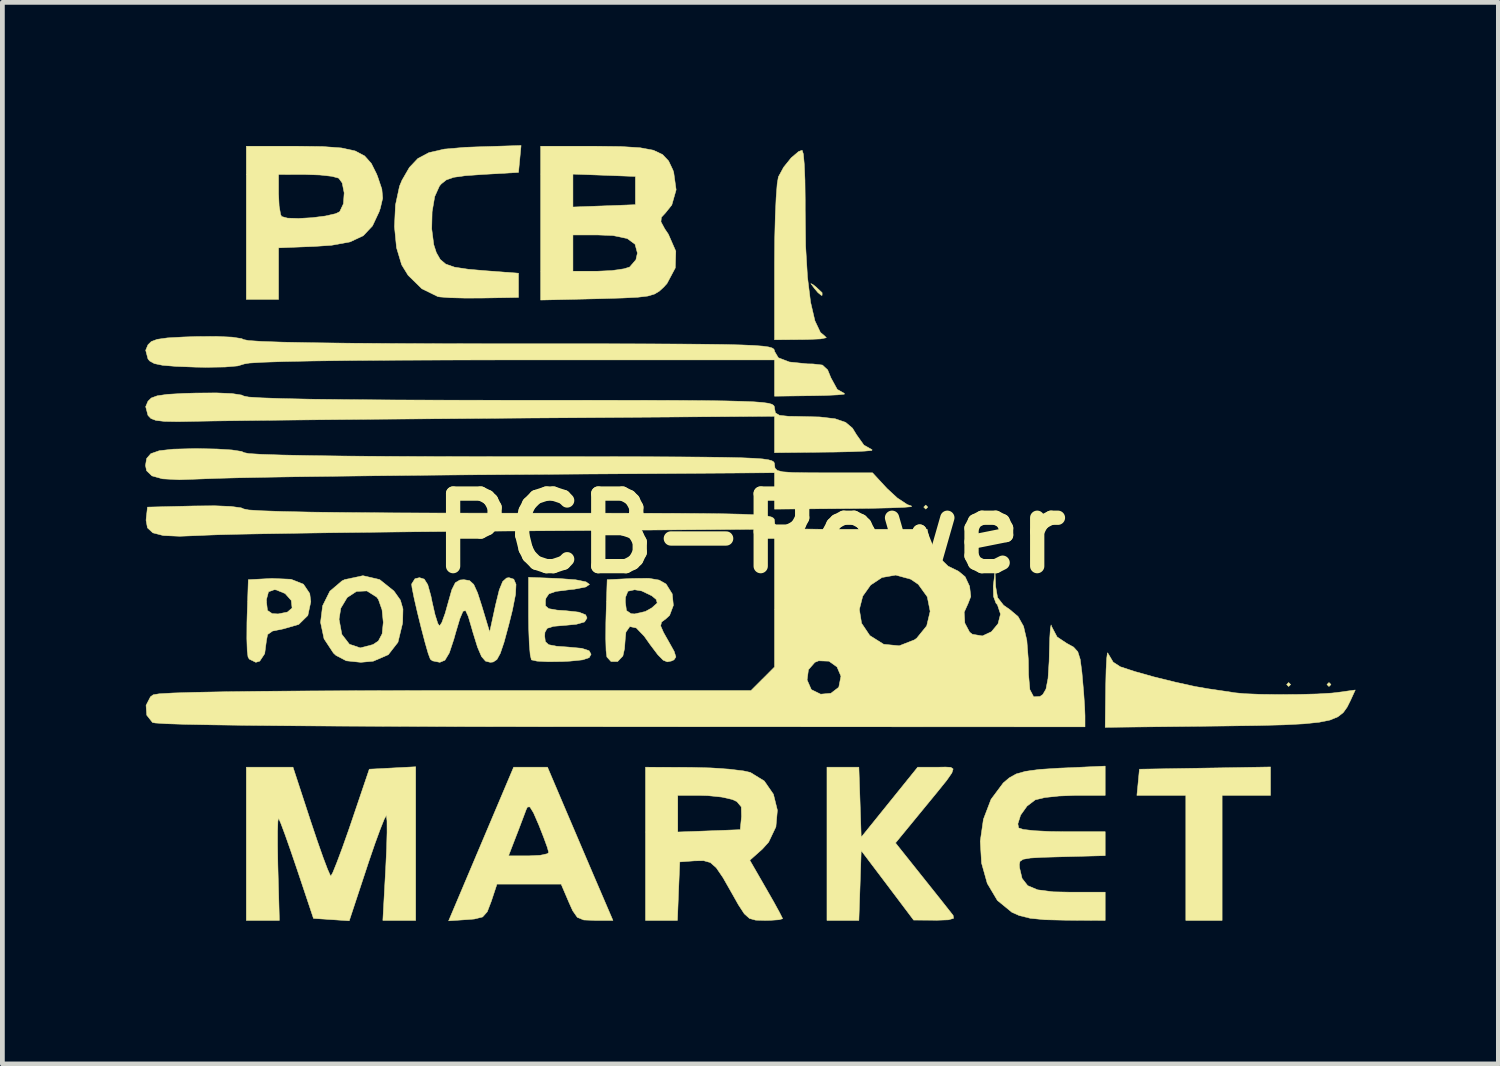
<source format=kicad_pcb>
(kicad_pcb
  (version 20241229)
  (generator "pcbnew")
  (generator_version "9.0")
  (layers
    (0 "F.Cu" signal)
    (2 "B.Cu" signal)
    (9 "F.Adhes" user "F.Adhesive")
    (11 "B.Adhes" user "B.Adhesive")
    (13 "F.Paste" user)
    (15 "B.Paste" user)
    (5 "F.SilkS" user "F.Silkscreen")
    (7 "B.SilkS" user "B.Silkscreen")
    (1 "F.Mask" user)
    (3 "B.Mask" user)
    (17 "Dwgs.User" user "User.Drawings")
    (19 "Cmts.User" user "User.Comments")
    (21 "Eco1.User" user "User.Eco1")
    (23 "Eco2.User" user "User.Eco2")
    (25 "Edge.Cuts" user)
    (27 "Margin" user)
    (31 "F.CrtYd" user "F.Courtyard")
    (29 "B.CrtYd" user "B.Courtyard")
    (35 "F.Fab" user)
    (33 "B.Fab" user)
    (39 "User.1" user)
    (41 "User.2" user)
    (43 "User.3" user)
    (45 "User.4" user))
  (footprint "PCB-Power"
    (layer "F.Cu")
    (at 12.705 8.148)
    (property "Reference" "PCB-Power" (at 0 0 0) (layer "F.SilkS") (effects (font (size 1.524 1.524) (thickness 0.3))))
    (attr through_hole)
    (fp_poly (pts (xy 3.725 -0.55) (xy 3.683 -0.508) (xy 3.641 -0.55) (xy 3.683 -0.593) (xy 3.725 -0.55)) (stroke (width 0.01) (type solid)) (fill yes) (layer "F.SilkS"))
    (fp_poly (pts (xy 11.345 3.175) (xy 11.303 3.217) (xy 11.261 3.175) (xy 11.303 3.133) (xy 11.345 3.175)) (stroke (width 0.01) (type solid)) (fill yes) (layer "F.SilkS"))
    (fp_poly (pts (xy 12.192 3.175) (xy 12.15 3.217) (xy 12.107 3.175) (xy 12.15 3.133) (xy 12.192 3.175)) (stroke (width 0.01) (type solid)) (fill yes) (layer "F.SilkS"))
    (fp_poly (pts (xy 1.314 -5.223) (xy 1.376 -5.175) (xy 1.507 -5.052) (xy 1.507 -4.997) (xy 1.492 -4.995) (xy 1.421 -5.053) (xy 1.344 -5.144) (xy 1.271 -5.244) (xy 1.314 -5.223)) (stroke (width 0.01) (type solid)) (fill yes) (layer "F.SilkS"))
    (fp_poly (pts (xy 10.922 5.503) (xy 9.906 5.503) (xy 9.906 8.128) (xy 9.144 8.128) (xy 9.144 5.503) (xy 8.117 5.503) (xy 8.144 5.228) (xy 8.17 4.953) (xy 9.546 4.93) (xy 10.922 4.906) (xy 10.922 5.503)) (stroke (width 0.01) (type solid)) (fill yes) (layer "F.SilkS"))
    (fp_poly (pts (xy 1.113 -7.964) (xy 1.133 -7.744) (xy 1.147 -7.414) (xy 1.152 -7.004) (xy 1.152 -6.795) (xy 1.161 -6.031) (xy 1.2 -5.379) (xy 1.265 -4.852) (xy 1.356 -4.462) (xy 1.471 -4.219) (xy 1.558 -4.146) (xy 1.596 -4.107) (xy 1.476 -4.082) (xy 1.194 -4.07) (xy 1.122 -4.069) (xy 0.508 -4.064) (xy 0.508 -5.667) (xy 0.512 -6.185) (xy 0.524 -6.657) (xy 0.542 -7.052) (xy 0.564 -7.338) (xy 0.589 -7.484) (xy 0.7 -7.688) (xy 0.857 -7.883) (xy 1.013 -8.016) (xy 1.088 -8.043) (xy 1.113 -7.964)) (stroke (width 0.01) (type solid)) (fill yes) (layer "F.SilkS"))
    (fp_poly (pts (xy 4.21 4.914) (xy 4.258 4.948) (xy 4.232 5.031) (xy 4.126 5.184) (xy 3.932 5.425) (xy 3.643 5.777) (xy 3.579 5.855) (xy 3.048 6.502) (xy 3.612 7.209) (xy 3.853 7.511) (xy 4.059 7.77) (xy 4.204 7.954) (xy 4.258 8.022) (xy 4.268 8.084) (xy 4.16 8.116) (xy 3.91 8.125) (xy 3.884 8.124) (xy 3.429 8.121) (xy 2.879 7.391) (xy 2.328 6.662) (xy 2.304 7.395) (xy 2.279 8.128) (xy 1.609 8.128) (xy 1.609 4.911) (xy 2.279 4.911) (xy 2.304 5.646) (xy 2.328 6.381) (xy 2.921 5.646) (xy 3.514 4.911) (xy 3.926 4.911) (xy 4.097 4.908) (xy 4.21 4.914)) (stroke (width 0.01) (type solid)) (fill yes) (layer "F.SilkS"))
    (fp_poly (pts (xy 7.511 2.523) (xy 7.619 2.705) (xy 7.768 2.802) (xy 8.073 2.902) (xy 8.479 3.016) (xy 8.922 3.125) (xy 9.335 3.216) (xy 9.61 3.264) (xy 9.884 3.304) (xy 10.103 3.337) (xy 10.169 3.348) (xy 10.38 3.368) (xy 10.709 3.381) (xy 11.107 3.386) (xy 11.523 3.383) (xy 11.906 3.373) (xy 12.206 3.355) (xy 12.299 3.345) (xy 12.702 3.29) (xy 12.603 3.507) (xy 12.531 3.651) (xy 12.449 3.765) (xy 12.336 3.853) (xy 12.174 3.92) (xy 11.944 3.967) (xy 11.625 4) (xy 11.2 4.022) (xy 10.649 4.036) (xy 9.952 4.046) (xy 9.758 4.048) (xy 7.451 4.074) (xy 7.462 3.201) (xy 7.47 2.865) (xy 7.483 2.625) (xy 7.498 2.509) (xy 7.511 2.523)) (stroke (width 0.01) (type solid)) (fill yes) (layer "F.SilkS"))
    (fp_poly (pts (xy -9.645 0.965) (xy -9.383 1.069) (xy -9.251 1.265) (xy -9.229 1.436) (xy -9.291 1.725) (xy -9.482 1.913) (xy -9.803 2.006) (xy -10.032 2.052) (xy -10.136 2.125) (xy -10.16 2.248) (xy -10.197 2.527) (xy -10.301 2.684) (xy -10.383 2.709) (xy -10.52 2.642) (xy -10.547 2.597) (xy -10.564 2.465) (xy -10.572 2.211) (xy -10.57 1.879) (xy -10.566 1.729) (xy -10.556 1.439) (xy -10.16 1.439) (xy -10.139 1.619) (xy -10.04 1.686) (xy -9.915 1.693) (xy -9.72 1.654) (xy -9.622 1.569) (xy -9.639 1.41) (xy -9.768 1.265) (xy -9.956 1.188) (xy -9.997 1.185) (xy -10.117 1.228) (xy -10.159 1.384) (xy -10.16 1.439) (xy -10.556 1.439) (xy -10.541 0.974) (xy -10.045 0.948) (xy -9.645 0.965)) (stroke (width 0.01) (type solid)) (fill yes) (layer "F.SilkS"))
    (fp_poly (pts (xy -7.783 0.972) (xy -7.483 1.212) (xy -7.482 1.214) (xy -7.348 1.402) (xy -7.294 1.589) (xy -7.3 1.853) (xy -7.304 1.896) (xy -7.399 2.288) (xy -7.602 2.549) (xy -7.917 2.685) (xy -8.179 2.709) (xy -8.484 2.677) (xy -8.7 2.564) (xy -8.754 2.514) (xy -8.951 2.215) (xy -9.024 1.87) (xy -9.016 1.804) (xy -8.636 1.804) (xy -8.577 2.123) (xy -8.418 2.329) (xy -8.19 2.406) (xy -7.923 2.336) (xy -7.811 2.262) (xy -7.731 2.111) (xy -7.707 1.87) (xy -7.733 1.606) (xy -7.809 1.39) (xy -7.845 1.34) (xy -8.051 1.21) (xy -8.27 1.22) (xy -8.465 1.348) (xy -8.599 1.572) (xy -8.636 1.804) (xy -9.016 1.804) (xy -8.981 1.522) (xy -8.829 1.216) (xy -8.574 0.999) (xy -8.517 0.972) (xy -8.134 0.89) (xy -7.783 0.972)) (stroke (width 0.01) (type solid)) (fill yes) (layer "F.SilkS"))
    (fp_poly (pts (xy -3.872 5.821) (xy -3.678 6.275) (xy -3.471 6.761) (xy -3.281 7.206) (xy -3.185 7.429) (xy -2.885 8.128) (xy -3.266 8.128) (xy -3.498 8.119) (xy -3.633 8.064) (xy -3.731 7.923) (xy -3.81 7.747) (xy -3.973 7.366) (xy -5.32 7.366) (xy -5.439 7.726) (xy -5.524 7.947) (xy -5.622 8.056) (xy -5.796 8.099) (xy -5.947 8.111) (xy -6.335 8.137) (xy -5.758 6.773) (xy -5.078 6.773) (xy -4.655 6.773) (xy -4.414 6.761) (xy -4.262 6.728) (xy -4.233 6.703) (xy -4.263 6.593) (xy -4.342 6.377) (xy -4.438 6.132) (xy -4.553 5.868) (xy -4.628 5.746) (xy -4.679 5.746) (xy -4.706 5.8) (xy -4.773 5.978) (xy -4.871 6.237) (xy -4.923 6.371) (xy -5.078 6.773) (xy -5.758 6.773) (xy -4.97 4.911) (xy -4.259 4.911) (xy -3.872 5.821)) (stroke (width 0.01) (type solid)) (fill yes) (layer "F.SilkS"))
    (fp_poly (pts (xy -4.841 -7.86) (xy -4.868 -7.578) (xy -5.617 -7.535) (xy -5.987 -7.509) (xy -6.229 -7.475) (xy -6.383 -7.421) (xy -6.489 -7.337) (xy -6.527 -7.293) (xy -6.627 -7.072) (xy -6.682 -6.75) (xy -6.69 -6.392) (xy -6.647 -6.06) (xy -6.593 -5.893) (xy -6.511 -5.75) (xy -6.396 -5.653) (xy -6.214 -5.589) (xy -5.93 -5.545) (xy -5.546 -5.512) (xy -4.868 -5.461) (xy -4.868 -4.953) (xy -5.63 -4.94) (xy -5.992 -4.939) (xy -6.304 -4.947) (xy -6.516 -4.963) (xy -6.562 -4.971) (xy -6.897 -5.135) (xy -7.186 -5.418) (xy -7.321 -5.637) (xy -7.429 -5.997) (xy -7.472 -6.439) (xy -7.451 -6.893) (xy -7.366 -7.289) (xy -7.314 -7.414) (xy -7.159 -7.682) (xy -6.981 -7.87) (xy -6.749 -7.993) (xy -6.427 -8.067) (xy -5.985 -8.105) (xy -5.745 -8.114) (xy -4.814 -8.143) (xy -4.841 -7.86)) (stroke (width 0.01) (type solid)) (fill yes) (layer "F.SilkS"))
    (fp_poly (pts (xy -8.981 -8.121) (xy -8.583 -8.091) (xy -8.298 -8.029) (xy -8.099 -7.924) (xy -7.958 -7.766) (xy -7.847 -7.544) (xy -7.824 -7.485) (xy -7.737 -7.227) (xy -7.72 -7.036) (xy -7.769 -6.827) (xy -7.795 -6.75) (xy -7.934 -6.454) (xy -8.127 -6.249) (xy -8.403 -6.119) (xy -8.793 -6.048) (xy -9.15 -6.024) (xy -9.906 -5.994) (xy -9.906 -4.911) (xy -10.583 -4.911) (xy -10.583 -7.126) (xy -9.906 -7.126) (xy -9.894 -6.873) (xy -9.863 -6.695) (xy -9.842 -6.652) (xy -9.719 -6.618) (xy -9.487 -6.611) (xy -9.203 -6.627) (xy -8.925 -6.662) (xy -8.709 -6.711) (xy -8.622 -6.753) (xy -8.544 -6.92) (xy -8.528 -7.148) (xy -8.57 -7.357) (xy -8.643 -7.457) (xy -8.785 -7.496) (xy -9.04 -7.524) (xy -9.335 -7.534) (xy -9.906 -7.535) (xy -9.906 -7.126) (xy -10.583 -7.126) (xy -10.583 -8.128) (xy -9.521 -8.128) (xy -8.981 -8.121)) (stroke (width 0.01) (type solid)) (fill yes) (layer "F.SilkS"))
    (fp_poly (pts (xy -7.027 8.128) (xy -7.716 8.128) (xy -7.656 7.027) (xy -7.637 6.618) (xy -7.628 6.278) (xy -7.629 6.038) (xy -7.641 5.93) (xy -7.645 5.927) (xy -7.687 6.002) (xy -7.77 6.21) (xy -7.884 6.521) (xy -8.016 6.906) (xy -8.057 7.031) (xy -8.422 8.136) (xy -9.173 8.086) (xy -9.518 7.054) (xy -9.651 6.664) (xy -9.767 6.334) (xy -9.855 6.098) (xy -9.903 5.986) (xy -9.906 5.982) (xy -9.92 6.045) (xy -9.927 6.248) (xy -9.927 6.56) (xy -9.921 6.951) (xy -9.919 7.034) (xy -9.889 8.128) (xy -10.583 8.128) (xy -10.583 4.911) (xy -9.603 4.911) (xy -9.229 6.054) (xy -9.092 6.462) (xy -8.971 6.806) (xy -8.876 7.057) (xy -8.818 7.186) (xy -8.808 7.197) (xy -8.766 7.121) (xy -8.682 6.913) (xy -8.566 6.603) (xy -8.43 6.218) (xy -8.381 6.075) (xy -8.001 4.953) (xy -7.027 4.902) (xy -7.027 8.128)) (stroke (width 0.01) (type solid)) (fill yes) (layer "F.SilkS"))
    (fp_poly (pts (xy -4.021 0.949) (xy -3.667 0.976) (xy -3.45 1.02) (xy -3.377 1.073) (xy -3.456 1.127) (xy -3.694 1.173) (xy -3.81 1.185) (xy -4.083 1.22) (xy -4.229 1.271) (xy -4.291 1.361) (xy -4.302 1.414) (xy -4.301 1.523) (xy -4.233 1.582) (xy -4.057 1.613) (xy -3.879 1.625) (xy -3.598 1.656) (xy -3.458 1.712) (xy -3.429 1.778) (xy -3.481 1.861) (xy -3.653 1.91) (xy -3.873 1.931) (xy -4.133 1.953) (xy -4.266 1.995) (xy -4.313 2.079) (xy -4.318 2.159) (xy -4.304 2.275) (xy -4.234 2.339) (xy -4.069 2.371) (xy -3.831 2.388) (xy -3.538 2.415) (xy -3.386 2.465) (xy -3.344 2.54) (xy -3.384 2.611) (xy -3.521 2.657) (xy -3.786 2.684) (xy -3.941 2.692) (xy -4.244 2.696) (xy -4.479 2.684) (xy -4.595 2.658) (xy -4.597 2.656) (xy -4.622 2.551) (xy -4.642 2.316) (xy -4.654 1.991) (xy -4.657 1.76) (xy -4.657 0.924) (xy -4.021 0.949)) (stroke (width 0.01) (type solid)) (fill yes) (layer "F.SilkS"))
    (fp_poly (pts (xy 7.451 5.503) (xy 6.82 5.503) (xy 6.48 5.516) (xy 6.182 5.548) (xy 5.989 5.595) (xy 5.982 5.597) (xy 5.809 5.729) (xy 5.675 5.917) (xy 5.617 6.101) (xy 5.634 6.187) (xy 5.734 6.219) (xy 5.965 6.245) (xy 6.291 6.261) (xy 6.567 6.265) (xy 7.451 6.265) (xy 7.451 6.768) (xy 6.54 6.792) (xy 6.14 6.803) (xy 5.879 6.818) (xy 5.729 6.844) (xy 5.662 6.888) (xy 5.648 6.957) (xy 5.653 7.023) (xy 5.706 7.247) (xy 5.824 7.398) (xy 6.033 7.486) (xy 6.362 7.528) (xy 6.702 7.535) (xy 7.451 7.535) (xy 7.451 8.128) (xy 6.625 8.124) (xy 6.188 8.114) (xy 5.876 8.083) (xy 5.644 8.025) (xy 5.491 7.957) (xy 5.187 7.708) (xy 4.975 7.351) (xy 4.855 6.924) (xy 4.828 6.464) (xy 4.894 6.005) (xy 5.054 5.586) (xy 5.31 5.242) (xy 5.436 5.135) (xy 5.582 5.053) (xy 5.781 4.997) (xy 6.07 4.958) (xy 6.486 4.931) (xy 6.558 4.928) (xy 7.451 4.888) (xy 7.451 5.503)) (stroke (width 0.01) (type solid)) (fill yes) (layer "F.SilkS"))
    (fp_poly (pts (xy -1.249 4.915) (xy -0.831 4.926) (xy -0.446 4.952) (xy -0.144 4.989) (xy 0 5.021) (xy 0.293 5.201) (xy 0.485 5.479) (xy 0.568 5.814) (xy 0.537 6.163) (xy 0.384 6.485) (xy 0.254 6.629) (xy -0.011 6.865) (xy 0.333 7.462) (xy 0.493 7.742) (xy 0.613 7.961) (xy 0.674 8.082) (xy 0.677 8.093) (xy 0.602 8.114) (xy 0.411 8.127) (xy 0.304 8.128) (xy 0.113 8.123) (xy -0.018 8.087) (xy -0.127 7.989) (xy -0.251 7.799) (xy -0.388 7.556) (xy -0.575 7.228) (xy -0.716 7.022) (xy -0.84 6.913) (xy -0.98 6.874) (xy -1.168 6.877) (xy -1.185 6.878) (xy -1.482 6.9) (xy -1.507 7.514) (xy -1.531 8.128) (xy -2.201 8.128) (xy -2.201 5.503) (xy -1.524 5.503) (xy -1.524 6.272) (xy -0.868 6.248) (xy -0.212 6.223) (xy -0.185 5.948) (xy -0.19 5.744) (xy -0.283 5.633) (xy -0.381 5.588) (xy -0.595 5.539) (xy -0.892 5.508) (xy -1.064 5.503) (xy -1.524 5.503) (xy -2.201 5.503) (xy -2.201 4.911) (xy -1.249 4.915)) (stroke (width 0.01) (type solid)) (fill yes) (layer "F.SilkS"))
    (fp_poly (pts (xy -2.715 -8.121) (xy -2.316 -8.096) (xy -2.034 -8.043) (xy -1.843 -7.953) (xy -1.716 -7.818) (xy -1.626 -7.629) (xy -1.609 -7.579) (xy -1.558 -7.213) (xy -1.649 -6.894) (xy -1.779 -6.731) (xy -1.868 -6.635) (xy -1.877 -6.541) (xy -1.798 -6.394) (xy -1.721 -6.28) (xy -1.565 -5.924) (xy -1.576 -5.572) (xy -1.75 -5.245) (xy -1.819 -5.169) (xy -1.913 -5.083) (xy -2.014 -5.023) (xy -2.152 -4.982) (xy -2.361 -4.957) (xy -2.67 -4.941) (xy -3.11 -4.928) (xy -3.219 -4.925) (xy -4.403 -4.898) (xy -4.403 -6.265) (xy -3.725 -6.265) (xy -3.725 -5.503) (xy -3.212 -5.503) (xy -2.907 -5.517) (xy -2.653 -5.554) (xy -2.534 -5.591) (xy -2.403 -5.743) (xy -2.371 -5.884) (xy -2.421 -6.07) (xy -2.586 -6.19) (xy -2.882 -6.252) (xy -3.212 -6.265) (xy -3.725 -6.265) (xy -4.403 -6.265) (xy -4.403 -6.851) (xy -3.725 -6.851) (xy -2.413 -6.9) (xy -2.413 -7.493) (xy -3.069 -7.518) (xy -3.725 -7.542) (xy -3.725 -6.851) (xy -4.403 -6.851) (xy -4.403 -8.128) (xy -3.257 -8.128) (xy -2.715 -8.121)) (stroke (width 0.01) (type solid)) (fill yes) (layer "F.SilkS"))
    (fp_poly (pts (xy -1.915 0.982) (xy -1.771 1.064) (xy -1.768 1.067) (xy -1.64 1.272) (xy -1.616 1.513) (xy -1.695 1.723) (xy -1.772 1.794) (xy -1.864 1.863) (xy -1.883 1.943) (xy -1.823 2.082) (xy -1.722 2.26) (xy -1.6 2.478) (xy -1.563 2.596) (xy -1.604 2.657) (xy -1.656 2.681) (xy -1.744 2.699) (xy -1.83 2.664) (xy -1.942 2.55) (xy -2.106 2.333) (xy -2.226 2.163) (xy -2.395 1.987) (xy -2.531 1.958) (xy -2.612 2.074) (xy -2.625 2.194) (xy -2.642 2.423) (xy -2.676 2.575) (xy -2.785 2.691) (xy -2.926 2.691) (xy -3.012 2.597) (xy -3.029 2.465) (xy -3.036 2.211) (xy -3.034 1.879) (xy -3.03 1.729) (xy -3.021 1.439) (xy -2.625 1.439) (xy -2.601 1.622) (xy -2.504 1.688) (xy -2.429 1.693) (xy -2.205 1.642) (xy -2.069 1.566) (xy -1.955 1.464) (xy -1.976 1.389) (xy -2.069 1.312) (xy -2.281 1.21) (xy -2.429 1.185) (xy -2.57 1.216) (xy -2.621 1.342) (xy -2.625 1.439) (xy -3.021 1.439) (xy -3.006 0.974) (xy -2.467 0.948) (xy -2.131 0.945) (xy -1.915 0.982)) (stroke (width 0.01) (type solid)) (fill yes) (layer "F.SilkS"))
    (fp_poly (pts (xy -4.967 0.963) (xy -4.92 1.072) (xy -4.93 1.281) (xy -4.995 1.612) (xy -5.071 1.917) (xy -5.171 2.287) (xy -5.25 2.521) (xy -5.321 2.65) (xy -5.399 2.702) (xy -5.461 2.709) (xy -5.56 2.684) (xy -5.644 2.588) (xy -5.728 2.392) (xy -5.829 2.066) (xy -5.85 1.991) (xy -5.923 1.744) (xy -5.979 1.623) (xy -6.033 1.636) (xy -6.099 1.792) (xy -6.191 2.1) (xy -6.225 2.223) (xy -6.321 2.512) (xy -6.413 2.665) (xy -6.519 2.709) (xy -6.52 2.709) (xy -6.674 2.678) (xy -6.719 2.643) (xy -6.764 2.523) (xy -6.832 2.286) (xy -6.912 1.98) (xy -6.992 1.656) (xy -7.06 1.36) (xy -7.103 1.143) (xy -7.112 1.065) (xy -7.042 0.954) (xy -6.947 0.931) (xy -6.847 0.962) (xy -6.773 1.079) (xy -6.707 1.316) (xy -6.682 1.439) (xy -6.621 1.706) (xy -6.563 1.89) (xy -6.526 1.947) (xy -6.477 1.872) (xy -6.407 1.678) (xy -6.346 1.46) (xy -6.268 1.185) (xy -6.195 1.038) (xy -6.099 0.981) (xy -6.014 0.974) (xy -5.896 0.993) (xy -5.808 1.073) (xy -5.727 1.251) (xy -5.639 1.524) (xy -5.473 2.074) (xy -5.349 1.503) (xy -5.272 1.189) (xy -5.2 1.012) (xy -5.118 0.939) (xy -5.068 0.931) (xy -4.967 0.963)) (stroke (width 0.01) (type solid)) (fill yes) (layer "F.SilkS"))
    (fp_poly (pts (xy -11.198 -1.77) (xy -10.885 -1.75) (xy -10.683 -1.719) (xy -10.626 -1.693) (xy -10.529 -1.674) (xy -10.266 -1.658) (xy -9.84 -1.644) (xy -9.253 -1.632) (xy -8.509 -1.622) (xy -7.61 -1.615) (xy -6.56 -1.611) (xy -5.36 -1.609) (xy -5.033 -1.609) (xy -3.929 -1.609) (xy -2.982 -1.608) (xy -2.181 -1.607) (xy -1.513 -1.604) (xy -0.966 -1.6) (xy -0.527 -1.594) (xy -0.186 -1.586) (xy 0.071 -1.575) (xy 0.255 -1.562) (xy 0.378 -1.544) (xy 0.453 -1.523) (xy 0.492 -1.498) (xy 0.506 -1.469) (xy 0.508 -1.439) (xy 0.518 -1.368) (xy 0.566 -1.32) (xy 0.68 -1.291) (xy 0.889 -1.276) (xy 1.219 -1.271) (xy 1.537 -1.27) (xy 2.566 -1.27) (xy 2.871 -0.94) (xy 3.086 -0.742) (xy 3.295 -0.604) (xy 3.387 -0.571) (xy 3.375 -0.558) (xy 3.216 -0.545) (xy 2.931 -0.534) (xy 2.543 -0.525) (xy 2.073 -0.52) (xy 2.053 -0.52) (xy 0.508 -0.508) (xy 0.508 -1.272) (xy -5.059 -1.234) (xy -6.042 -1.227) (xy -6.997 -1.218) (xy -7.906 -1.208) (xy -8.752 -1.198) (xy -9.518 -1.188) (xy -10.187 -1.177) (xy -10.743 -1.166) (xy -11.167 -1.155) (xy -11.444 -1.145) (xy -11.489 -1.143) (xy -11.989 -1.125) (xy -12.342 -1.144) (xy -12.565 -1.206) (xy -12.677 -1.314) (xy -12.7 -1.425) (xy -12.676 -1.571) (xy -12.588 -1.672) (xy -12.411 -1.734) (xy -12.119 -1.767) (xy -11.689 -1.778) (xy -11.587 -1.778) (xy -11.198 -1.77)) (stroke (width 0.01) (type solid)) (fill yes) (layer "F.SilkS"))
    (fp_poly (pts (xy -10.881 -4.119) (xy -10.681 -4.088) (xy -10.637 -4.067) (xy -10.533 -4.047) (xy -10.262 -4.029) (xy -9.825 -4.014) (xy -9.221 -4.002) (xy -8.449 -3.992) (xy -7.51 -3.985) (xy -6.402 -3.981) (xy -5.126 -3.979) (xy -5.021 -3.979) (xy -3.918 -3.979) (xy -2.972 -3.979) (xy -2.171 -3.977) (xy -1.504 -3.974) (xy -0.957 -3.97) (xy -0.52 -3.964) (xy -0.179 -3.955) (xy 0.077 -3.944) (xy 0.26 -3.93) (xy 0.382 -3.913) (xy 0.456 -3.892) (xy 0.494 -3.867) (xy 0.507 -3.838) (xy 0.508 -3.821) (xy 0.588 -3.686) (xy 0.822 -3.597) (xy 1.199 -3.558) (xy 1.316 -3.556) (xy 1.514 -3.533) (xy 1.624 -3.431) (xy 1.692 -3.265) (xy 1.825 -3.022) (xy 1.973 -2.938) (xy 1.975 -2.922) (xy 1.834 -2.907) (xy 1.576 -2.895) (xy 1.333 -2.89) (xy 0.508 -2.879) (xy 0.508 -3.641) (xy -5.021 -3.641) (xy -6.31 -3.639) (xy -7.431 -3.635) (xy -8.383 -3.629) (xy -9.167 -3.619) (xy -9.784 -3.607) (xy -10.234 -3.592) (xy -10.518 -3.575) (xy -10.635 -3.555) (xy -10.637 -3.553) (xy -10.762 -3.515) (xy -11.029 -3.492) (xy -11.411 -3.486) (xy -11.64 -3.489) (xy -12.059 -3.505) (xy -12.34 -3.528) (xy -12.514 -3.564) (xy -12.613 -3.619) (xy -12.648 -3.662) (xy -12.696 -3.844) (xy -12.648 -3.958) (xy -12.579 -4.026) (xy -12.454 -4.073) (xy -12.24 -4.103) (xy -11.906 -4.122) (xy -11.64 -4.131) (xy -11.21 -4.134) (xy -10.881 -4.119)) (stroke (width 0.01) (type solid)) (fill yes) (layer "F.SilkS"))
    (fp_poly (pts (xy -10.881 -2.934) (xy -10.681 -2.903) (xy -10.637 -2.882) (xy -10.533 -2.861) (xy -10.262 -2.844) (xy -9.825 -2.829) (xy -9.221 -2.816) (xy -8.449 -2.807) (xy -7.51 -2.8) (xy -6.402 -2.796) (xy -5.126 -2.794) (xy -5.021 -2.794) (xy -3.918 -2.794) (xy -2.973 -2.793) (xy -2.173 -2.792) (xy -1.506 -2.79) (xy -0.96 -2.786) (xy -0.523 -2.78) (xy -0.182 -2.771) (xy 0.074 -2.761) (xy 0.257 -2.747) (xy 0.38 -2.73) (xy 0.454 -2.709) (xy 0.492 -2.683) (xy 0.506 -2.654) (xy 0.508 -2.625) (xy 0.527 -2.528) (xy 0.612 -2.477) (xy 0.801 -2.457) (xy 0.995 -2.454) (xy 1.457 -2.443) (xy 1.781 -2.405) (xy 2 -2.33) (xy 2.145 -2.208) (xy 2.228 -2.072) (xy 2.384 -1.853) (xy 2.557 -1.754) (xy 2.551 -1.739) (xy 2.4 -1.726) (xy 2.128 -1.714) (xy 1.76 -1.706) (xy 1.63 -1.705) (xy 0.508 -1.693) (xy 0.508 -2.458) (xy -5.059 -2.418) (xy -6.046 -2.41) (xy -7.007 -2.402) (xy -7.924 -2.395) (xy -8.781 -2.387) (xy -9.56 -2.379) (xy -10.243 -2.372) (xy -10.813 -2.365) (xy -11.252 -2.359) (xy -11.544 -2.354) (xy -11.59 -2.353) (xy -12.014 -2.345) (xy -12.301 -2.35) (xy -12.481 -2.371) (xy -12.586 -2.411) (xy -12.647 -2.475) (xy -12.648 -2.477) (xy -12.696 -2.659) (xy -12.648 -2.773) (xy -12.579 -2.841) (xy -12.454 -2.887) (xy -12.24 -2.918) (xy -11.906 -2.937) (xy -11.64 -2.945) (xy -11.21 -2.948) (xy -10.881 -2.934)) (stroke (width 0.01) (type solid)) (fill yes) (layer "F.SilkS"))
    (fp_poly (pts (xy -10.904 -0.564) (xy -10.691 -0.535) (xy -10.637 -0.511) (xy -10.532 -0.49) (xy -10.26 -0.473) (xy -9.82 -0.458) (xy -9.213 -0.445) (xy -8.438 -0.436) (xy -7.494 -0.429) (xy -6.382 -0.425) (xy -5.101 -0.423) (xy -5.021 -0.423) (xy -3.918 -0.423) (xy -2.973 -0.423) (xy -2.173 -0.421) (xy -1.506 -0.419) (xy -0.96 -0.415) (xy -0.523 -0.409) (xy -0.182 -0.401) (xy 0.074 -0.39) (xy 0.257 -0.376) (xy 0.38 -0.359) (xy 0.454 -0.338) (xy 0.492 -0.313) (xy 0.506 -0.283) (xy 0.508 -0.254) (xy 0.515 -0.195) (xy 0.551 -0.152) (xy 0.638 -0.121) (xy 0.799 -0.102) (xy 1.055 -0.091) (xy 1.431 -0.086) (xy 1.947 -0.085) (xy 2.11 -0.085) (xy 3.712 -0.085) (xy 3.765 0.159) (xy 3.905 0.45) (xy 4.153 0.69) (xy 4.371 0.797) (xy 4.51 0.912) (xy 4.604 1.113) (xy 4.629 1.327) (xy 4.573 1.472) (xy 4.49 1.657) (xy 4.504 1.886) (xy 4.604 2.075) (xy 4.662 2.12) (xy 4.872 2.155) (xy 5.062 2.067) (xy 5.201 1.899) (xy 5.253 1.696) (xy 5.188 1.5) (xy 5.158 1.467) (xy 5.106 1.327) (xy 5.101 1.109) (xy 5.103 1.09) (xy 5.138 0.804) (xy 5.151 1.115) (xy 5.191 1.349) (xy 5.318 1.511) (xy 5.449 1.602) (xy 5.621 1.747) (xy 5.737 1.953) (xy 5.806 2.25) (xy 5.838 2.668) (xy 5.842 2.97) (xy 5.869 3.281) (xy 5.949 3.433) (xy 6.081 3.426) (xy 6.142 3.384) (xy 6.208 3.27) (xy 6.251 3.046) (xy 6.274 2.686) (xy 6.278 2.508) (xy 6.287 2.201) (xy 6.3 1.998) (xy 6.315 1.924) (xy 6.325 1.955) (xy 6.441 2.175) (xy 6.638 2.307) (xy 6.787 2.389) (xy 6.876 2.487) (xy 6.927 2.648) (xy 6.962 2.918) (xy 6.971 3.019) (xy 7 3.353) (xy 7.02 3.651) (xy 7.027 3.831) (xy 7.027 4.064) (xy -2.688 4.061) (xy -4.414 4.06) (xy -5.975 4.058) (xy -7.372 4.053) (xy -8.603 4.048) (xy -9.669 4.041) (xy -10.569 4.032) (xy -11.301 4.022) (xy -11.866 4.011) (xy -12.264 3.998) (xy -12.492 3.983) (xy -12.552 3.973) (xy -12.674 3.818) (xy -12.688 3.612) (xy -12.596 3.433) (xy -12.536 3.39) (xy -12.413 3.37) (xy -12.122 3.353) (xy -11.662 3.339) (xy -11.035 3.327) (xy -10.241 3.317) (xy -9.282 3.31) (xy -8.157 3.305) (xy -6.867 3.302) (xy -6.18 3.302) (xy 0.013 3.302) (xy 0.236 3.079) (xy 1.192 3.079) (xy 1.278 3.276) (xy 1.287 3.285) (xy 1.477 3.378) (xy 1.692 3.359) (xy 1.852 3.236) (xy 1.859 3.223) (xy 1.903 3) (xy 1.82 2.806) (xy 1.65 2.685) (xy 1.435 2.677) (xy 1.355 2.709) (xy 1.22 2.864) (xy 1.192 3.079) (xy 0.236 3.079) (xy 0.261 3.055) (xy 0.508 2.807) (xy 0.508 1.598) (xy 2.289 1.598) (xy 2.336 1.889) (xy 2.509 2.147) (xy 2.8 2.33) (xy 3.126 2.362) (xy 3.444 2.238) (xy 3.493 2.203) (xy 3.703 1.944) (xy 3.776 1.638) (xy 3.715 1.333) (xy 3.527 1.072) (xy 3.369 0.964) (xy 3.053 0.877) (xy 2.764 0.928) (xy 2.526 1.086) (xy 2.36 1.32) (xy 2.289 1.598) (xy 0.508 1.598) (xy 0.508 1.36) (xy 0.508 -0.087) (xy -5.059 -0.049) (xy -6.042 -0.041) (xy -6.997 -0.033) (xy -7.906 -0.023) (xy -8.752 -0.013) (xy -9.518 -0.002) (xy -10.187 0.009) (xy -10.743 0.019) (xy -11.167 0.03) (xy -11.444 0.04) (xy -11.489 0.043) (xy -11.981 0.062) (xy -12.326 0.047) (xy -12.546 -0.01) (xy -12.659 -0.115) (xy -12.688 -0.273) (xy -12.684 -0.323) (xy -12.658 -0.55) (xy -11.691 -0.574) (xy -11.245 -0.578) (xy -10.904 -0.564)) (stroke (width 0.01) (type solid)) (fill yes) (layer "F.SilkS")))
  (gr_rect
    (start -3 -3)
    (end 28.412 19.29)
    (stroke (width 0.1) (type default))
    (fill no)
    (layer "Edge.Cuts")))
</source>
